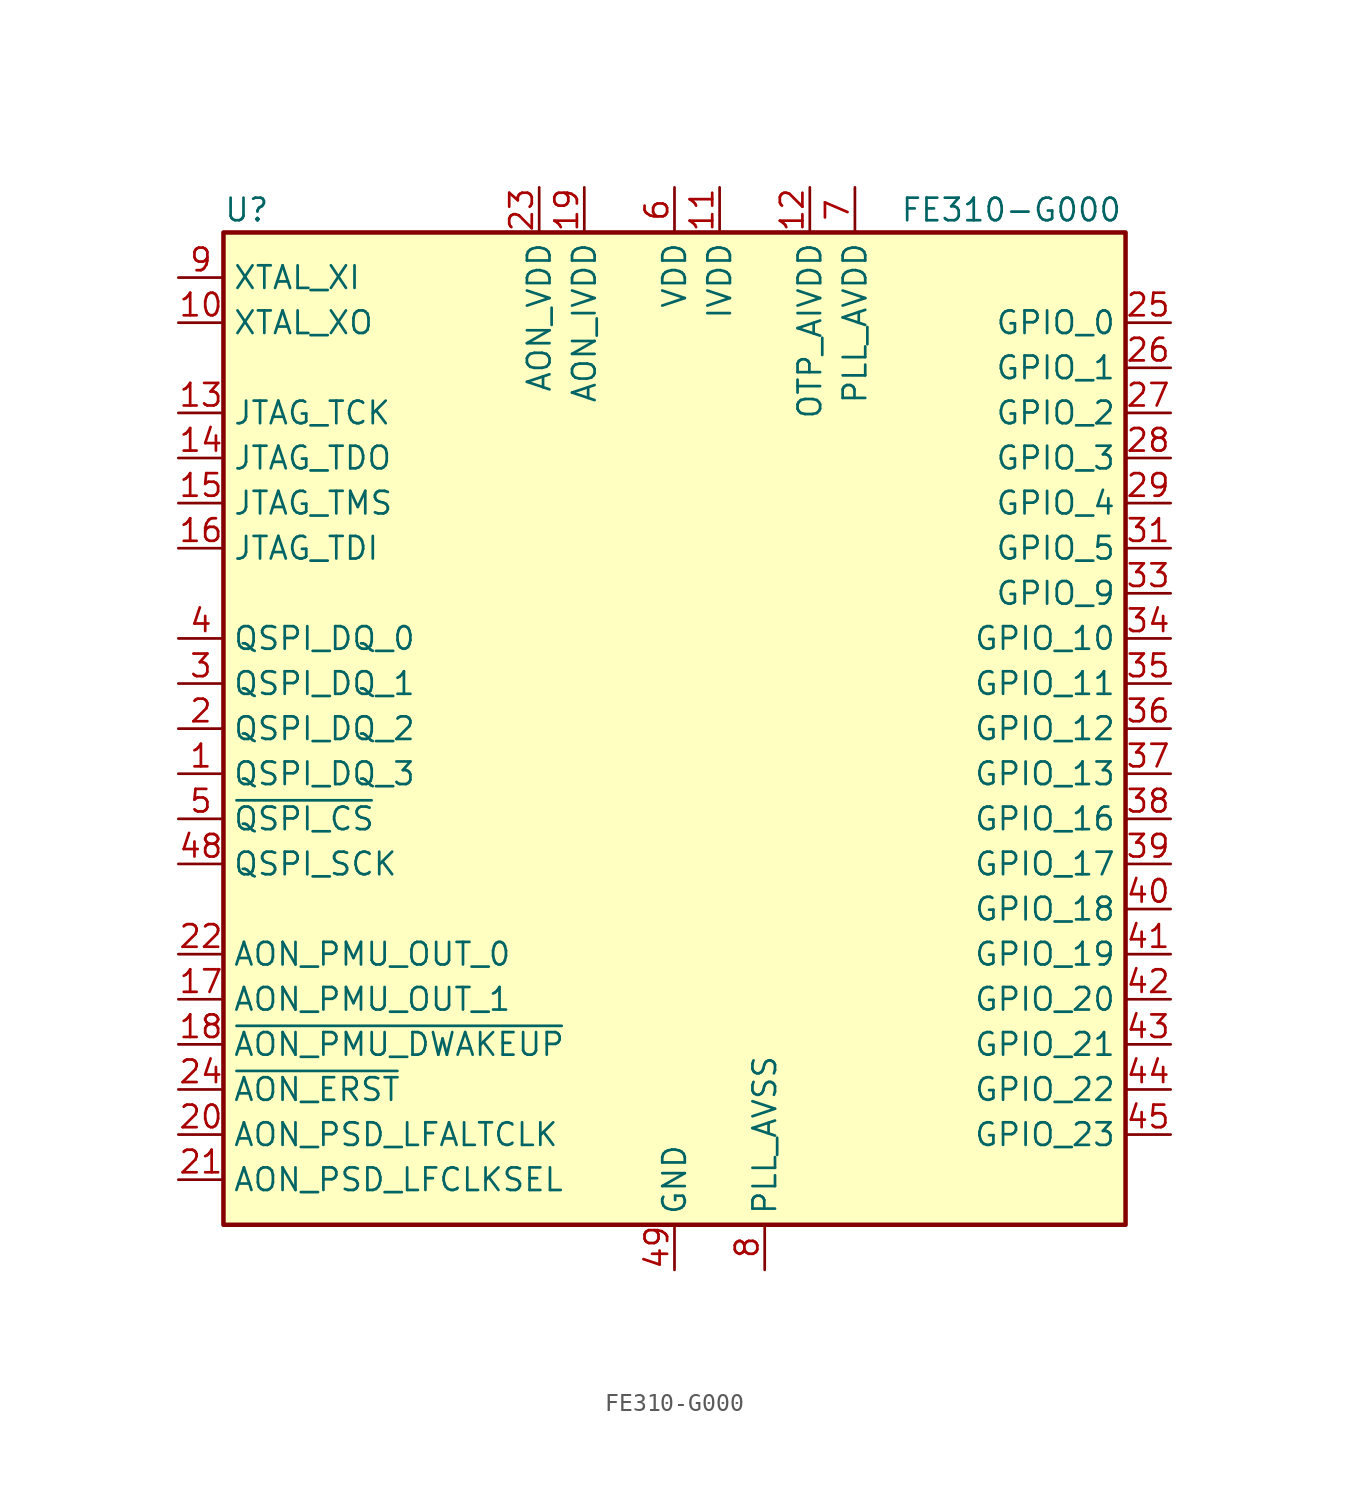
<source format=kicad_sym>
(kicad_symbol_lib
  (version 20241209)
  (generator "kicad_symbol_editor")
  (generator_version "9.0")
  (symbol "FE310-G000"
    (property "Reference" "U"
      (at -25.4 29.21 0)
      (effects (font (size 1.27 1.27)) (justify left)))
    (property "Value" "FE310-G000"
      (at 12.7 29.21 0)
      (effects (font (size 1.27 1.27)) (justify left)))
    (symbol "FE310-G000_0_1"
      (rectangle (start -25.4 27.94) (end 25.4 -27.94) (stroke (width 0.254) (type default)) (fill (type background))))
    (symbol "FE310-G000_1_1"
      (pin input line (at -27.94 25.4 0) (length 2.54) (name "XTAL_XI" (effects (font (size 1.27 1.27)))) (number "9" (effects (font (size 1.27 1.27)))))
      (pin output line (at -27.94 22.86 0) (length 2.54) (name "XTAL_XO" (effects (font (size 1.27 1.27)))) (number "10" (effects (font (size 1.27 1.27)))))
      (pin input line (at -27.94 17.78 0) (length 2.54) (name "JTAG_TCK" (effects (font (size 1.27 1.27)))) (number "13" (effects (font (size 1.27 1.27)))))
      (pin output line (at -27.94 15.24 0) (length 2.54) (name "JTAG_TDO" (effects (font (size 1.27 1.27)))) (number "14" (effects (font (size 1.27 1.27)))))
      (pin input line (at -27.94 12.7 0) (length 2.54) (name "JTAG_TMS" (effects (font (size 1.27 1.27)))) (number "15" (effects (font (size 1.27 1.27)))))
      (pin input line (at -27.94 10.16 0) (length 2.54) (name "JTAG_TDI" (effects (font (size 1.27 1.27)))) (number "16" (effects (font (size 1.27 1.27)))))
      (pin bidirectional line (at -27.94 5.08 0) (length 2.54) (name "QSPI_DQ_0" (effects (font (size 1.27 1.27)))) (number "4" (effects (font (size 1.27 1.27)))))
      (pin bidirectional line (at -27.94 2.54 0) (length 2.54) (name "QSPI_DQ_1" (effects (font (size 1.27 1.27)))) (number "3" (effects (font (size 1.27 1.27)))))
      (pin bidirectional line (at -27.94 0 0) (length 2.54) (name "QSPI_DQ_2" (effects (font (size 1.27 1.27)))) (number "2" (effects (font (size 1.27 1.27)))))
      (pin bidirectional line (at -27.94 -2.54 0) (length 2.54) (name "QSPI_DQ_3" (effects (font (size 1.27 1.27)))) (number "1" (effects (font (size 1.27 1.27)))))
      (pin output line (at -27.94 -5.08 0) (length 2.54) (name "~{QSPI_CS}" (effects (font (size 1.27 1.27)))) (number "5" (effects (font (size 1.27 1.27)))))
      (pin output line (at -27.94 -7.62 0) (length 2.54) (name "QSPI_SCK" (effects (font (size 1.27 1.27)))) (number "48" (effects (font (size 1.27 1.27)))))
      (pin output line (at -27.94 -12.7 0) (length 2.54) (name "AON_PMU_OUT_0" (effects (font (size 1.27 1.27)))) (number "22" (effects (font (size 1.27 1.27)))))
      (pin output line (at -27.94 -15.24 0) (length 2.54) (name "AON_PMU_OUT_1" (effects (font (size 1.27 1.27)))) (number "17" (effects (font (size 1.27 1.27)))))
      (pin input line (at -27.94 -17.78 0) (length 2.54) (name "~{AON_PMU_DWAKEUP}" (effects (font (size 1.27 1.27)))) (number "18" (effects (font (size 1.27 1.27)))))
      (pin input line (at -27.94 -20.32 0) (length 2.54) (name "~{AON_ERST}" (effects (font (size 1.27 1.27)))) (number "24" (effects (font (size 1.27 1.27)))))
      (pin input line (at -27.94 -22.86 0) (length 2.54) (name "AON_PSD_LFALTCLK" (effects (font (size 1.27 1.27)))) (number "20" (effects (font (size 1.27 1.27)))))
      (pin input line (at -27.94 -25.4 0) (length 2.54) (name "AON_PSD_LFCLKSEL" (effects (font (size 1.27 1.27)))) (number "21" (effects (font (size 1.27 1.27)))))
      (pin power_in line (at -7.62 30.48 270) (length 2.54) (name "AON_VDD" (effects (font (size 1.27 1.27)))) (number "23" (effects (font (size 1.27 1.27)))))
      (pin power_in line (at -5.08 30.48 270) (length 2.54) (name "AON_IVDD" (effects (font (size 1.27 1.27)))) (number "19" (effects (font (size 1.27 1.27)))))
      (pin passive line (at 0 30.48 270) (length 2.54) (hide yes) (name "VDD" (effects (font (size 1.27 1.27)))) (number "30" (effects (font (size 1.27 1.27)))))
      (pin passive line (at 0 30.48 270) (length 2.54) (hide yes) (name "VDD" (effects (font (size 1.27 1.27)))) (number "46" (effects (font (size 1.27 1.27)))))
      (pin power_in line (at 0 30.48 270) (length 2.54) (name "VDD" (effects (font (size 1.27 1.27)))) (number "6" (effects (font (size 1.27 1.27)))))
      (pin power_in line (at 0 -30.48 90) (length 2.54) (name "GND" (effects (font (size 1.27 1.27)))) (number "49" (effects (font (size 1.27 1.27)))))
      (pin power_in line (at 2.54 30.48 270) (length 2.54) (name "IVDD" (effects (font (size 1.27 1.27)))) (number "11" (effects (font (size 1.27 1.27)))))
      (pin passive line (at 2.54 30.48 270) (length 2.54) (hide yes) (name "IVDD" (effects (font (size 1.27 1.27)))) (number "32" (effects (font (size 1.27 1.27)))))
      (pin passive line (at 2.54 30.48 270) (length 2.54) (hide yes) (name "IVDD" (effects (font (size 1.27 1.27)))) (number "47" (effects (font (size 1.27 1.27)))))
      (pin power_in line (at 5.08 -30.48 90) (length 2.54) (name "PLL_AVSS" (effects (font (size 1.27 1.27)))) (number "8" (effects (font (size 1.27 1.27)))))
      (pin power_in line (at 7.62 30.48 270) (length 2.54) (name "OTP_AIVDD" (effects (font (size 1.27 1.27)))) (number "12" (effects (font (size 1.27 1.27)))))
      (pin power_in line (at 10.16 30.48 270) (length 2.54) (name "PLL_AVDD" (effects (font (size 1.27 1.27)))) (number "7" (effects (font (size 1.27 1.27)))))
      (pin bidirectional line (at 27.94 22.86 180) (length 2.54) (name "GPIO_0" (effects (font (size 1.27 1.27)))) (number "25" (effects (font (size 1.27 1.27)))))
      (pin bidirectional line (at 27.94 20.32 180) (length 2.54) (name "GPIO_1" (effects (font (size 1.27 1.27)))) (number "26" (effects (font (size 1.27 1.27)))))
      (pin bidirectional line (at 27.94 17.78 180) (length 2.54) (name "GPIO_2" (effects (font (size 1.27 1.27)))) (number "27" (effects (font (size 1.27 1.27)))))
      (pin bidirectional line (at 27.94 15.24 180) (length 2.54) (name "GPIO_3" (effects (font (size 1.27 1.27)))) (number "28" (effects (font (size 1.27 1.27)))))
      (pin bidirectional line (at 27.94 12.7 180) (length 2.54) (name "GPIO_4" (effects (font (size 1.27 1.27)))) (number "29" (effects (font (size 1.27 1.27)))))
      (pin bidirectional line (at 27.94 10.16 180) (length 2.54) (name "GPIO_5" (effects (font (size 1.27 1.27)))) (number "31" (effects (font (size 1.27 1.27)))))
      (pin bidirectional line (at 27.94 7.62 180) (length 2.54) (name "GPIO_9" (effects (font (size 1.27 1.27)))) (number "33" (effects (font (size 1.27 1.27)))))
      (pin bidirectional line (at 27.94 5.08 180) (length 2.54) (name "GPIO_10" (effects (font (size 1.27 1.27)))) (number "34" (effects (font (size 1.27 1.27)))))
      (pin bidirectional line (at 27.94 2.54 180) (length 2.54) (name "GPIO_11" (effects (font (size 1.27 1.27)))) (number "35" (effects (font (size 1.27 1.27)))))
      (pin bidirectional line (at 27.94 0 180) (length 2.54) (name "GPIO_12" (effects (font (size 1.27 1.27)))) (number "36" (effects (font (size 1.27 1.27)))))
      (pin bidirectional line (at 27.94 -2.54 180) (length 2.54) (name "GPIO_13" (effects (font (size 1.27 1.27)))) (number "37" (effects (font (size 1.27 1.27)))))
      (pin bidirectional line (at 27.94 -5.08 180) (length 2.54) (name "GPIO_16" (effects (font (size 1.27 1.27)))) (number "38" (effects (font (size 1.27 1.27)))))
      (pin bidirectional line (at 27.94 -7.62 180) (length 2.54) (name "GPIO_17" (effects (font (size 1.27 1.27)))) (number "39" (effects (font (size 1.27 1.27)))))
      (pin bidirectional line (at 27.94 -10.16 180) (length 2.54) (name "GPIO_18" (effects (font (size 1.27 1.27)))) (number "40" (effects (font (size 1.27 1.27)))))
      (pin bidirectional line (at 27.94 -12.7 180) (length 2.54) (name "GPIO_19" (effects (font (size 1.27 1.27)))) (number "41" (effects (font (size 1.27 1.27)))))
      (pin bidirectional line (at 27.94 -15.24 180) (length 2.54) (name "GPIO_20" (effects (font (size 1.27 1.27)))) (number "42" (effects (font (size 1.27 1.27)))))
      (pin bidirectional line (at 27.94 -17.78 180) (length 2.54) (name "GPIO_21" (effects (font (size 1.27 1.27)))) (number "43" (effects (font (size 1.27 1.27)))))
      (pin bidirectional line (at 27.94 -20.32 180) (length 2.54) (name "GPIO_22" (effects (font (size 1.27 1.27)))) (number "44" (effects (font (size 1.27 1.27)))))
      (pin bidirectional line (at 27.94 -22.86 180) (length 2.54) (name "GPIO_23" (effects (font (size 1.27 1.27)))) (number "45" (effects (font (size 1.27 1.27))))))))
</source>
